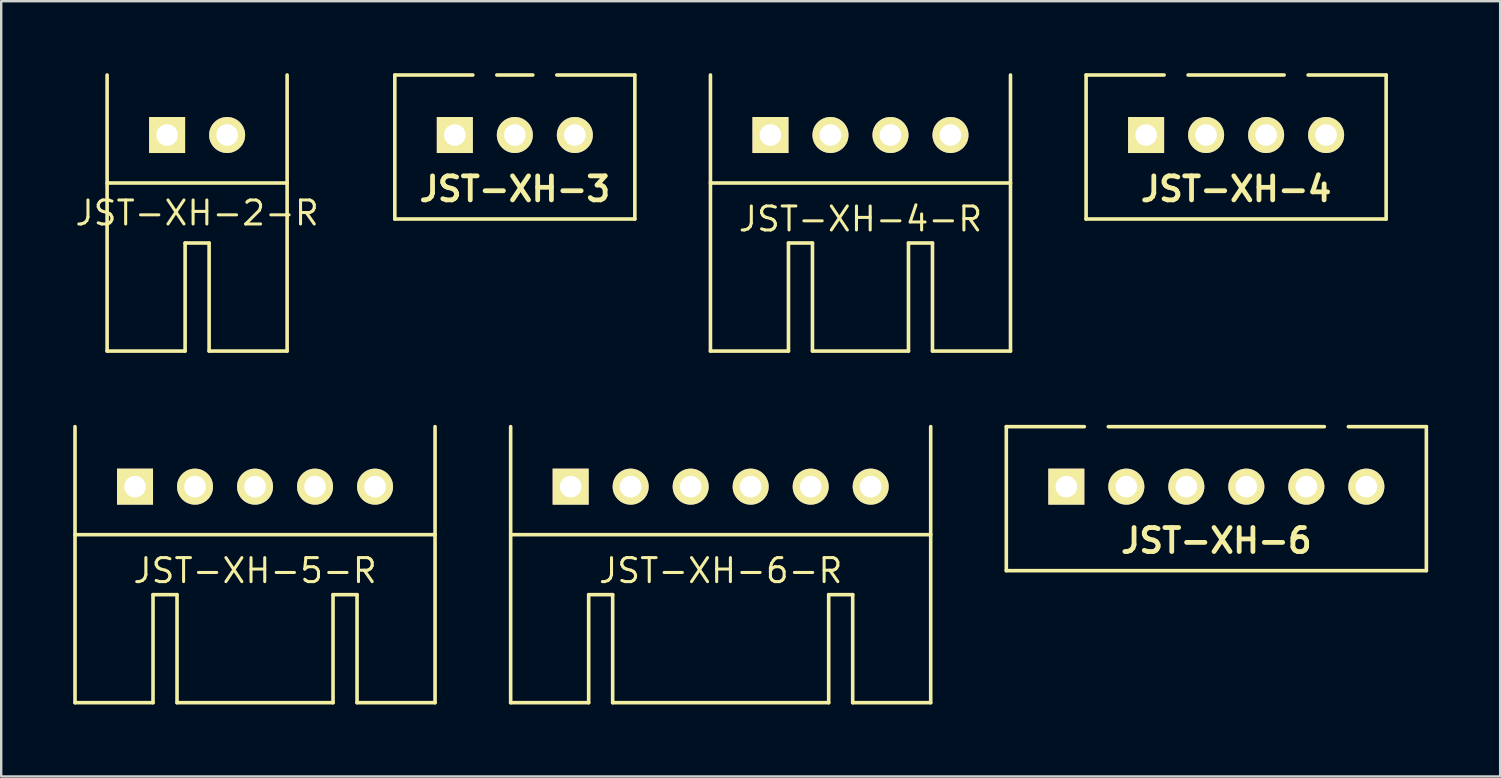
<source format=kicad_pcb>
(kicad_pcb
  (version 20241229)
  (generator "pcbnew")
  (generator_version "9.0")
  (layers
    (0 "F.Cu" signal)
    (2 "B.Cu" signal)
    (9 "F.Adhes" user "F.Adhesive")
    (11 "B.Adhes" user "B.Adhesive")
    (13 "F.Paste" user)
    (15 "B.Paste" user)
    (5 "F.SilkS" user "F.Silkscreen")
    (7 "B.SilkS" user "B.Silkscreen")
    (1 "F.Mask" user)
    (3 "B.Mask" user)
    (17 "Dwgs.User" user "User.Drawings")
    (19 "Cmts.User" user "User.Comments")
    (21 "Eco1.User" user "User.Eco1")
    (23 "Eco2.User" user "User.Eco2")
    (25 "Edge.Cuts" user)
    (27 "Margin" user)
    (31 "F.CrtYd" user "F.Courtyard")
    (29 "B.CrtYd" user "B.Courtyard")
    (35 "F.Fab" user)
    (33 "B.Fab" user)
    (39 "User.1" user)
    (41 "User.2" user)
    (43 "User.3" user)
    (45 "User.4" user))
  (footprint "JST-XH-6-R"
    (layer "F.Cu")
    (at 26.975 17.225)
    (property "Reference" "JST-XH-6-R" (at 0 3.5 0) (layer "F.SilkS") (effects (font (size 1 1) (thickness 0.127))))
    (attr through_hole)
    (fp_line (start -8.75 9) (end -8.75 -2.5) (stroke (width 0.15) (type solid)) (layer "F.SilkS"))
    (fp_line (start -5.5 4.5) (end -5.5 9) (stroke (width 0.15) (type solid)) (layer "F.SilkS"))
    (fp_line (start -5.5 9) (end -8.75 9) (stroke (width 0.15) (type solid)) (layer "F.SilkS"))
    (fp_line (start -4.5 4.5) (end -5.5 4.5) (stroke (width 0.15) (type solid)) (layer "F.SilkS"))
    (fp_line (start -4.5 9) (end -4.5 4.5) (stroke (width 0.15) (type solid)) (layer "F.SilkS"))
    (fp_line (start -4.5 9) (end 4.5 9) (stroke (width 0.15) (type solid)) (layer "F.SilkS"))
    (fp_line (start 4.5 4.5) (end 4.5 9) (stroke (width 0.15) (type solid)) (layer "F.SilkS"))
    (fp_line (start 5.5 4.5) (end 4.5 4.5) (stroke (width 0.15) (type solid)) (layer "F.SilkS"))
    (fp_line (start 5.5 9) (end 5.5 4.5) (stroke (width 0.15) (type solid)) (layer "F.SilkS"))
    (fp_line (start 5.5 9) (end 8.75 9) (stroke (width 0.15) (type solid)) (layer "F.SilkS"))
    (fp_line (start 8.75 2) (end -8.75 2) (stroke (width 0.15) (type solid)) (layer "F.SilkS"))
    (fp_line (start 8.75 9) (end 8.75 -2.5) (stroke (width 0.15) (type solid)) (layer "F.SilkS"))
    (pad "1" thru_hole rect (at -6.25 0) (size 1.5 1.5) (drill 0.9) (layers "*.Cu" "*.Mask" "F.SilkS"))
    (pad "2" thru_hole circle (at -3.75 0) (size 1.5 1.5) (drill 0.9) (layers "*.Cu" "*.Mask" "F.SilkS"))
    (pad "3" thru_hole circle (at -1.25 0) (size 1.5 1.5) (drill 0.9) (layers "*.Cu" "*.Mask" "F.SilkS"))
    (pad "4" thru_hole circle (at 1.25 0) (size 1.5 1.5) (drill 0.9) (layers "*.Cu" "*.Mask" "F.SilkS"))
    (pad "5" thru_hole circle (at 3.75 0) (size 1.5 1.5) (drill 0.9) (layers "*.Cu" "*.Mask" "F.SilkS"))
    (pad "6" thru_hole circle (at 6.25 0) (size 1.5 1.5) (drill 0.9) (layers "*.Cu" "*.Mask" "F.SilkS")))
  (footprint "JST-XH-4-R"
    (layer "F.Cu")
    (at 32.799 2.575)
    (property "Reference" "JST-XH-4-R" (at 0 3.5 0) (layer "F.SilkS") (effects (font (size 1 1) (thickness 0.127))))
    (attr through_hole)
    (fp_line (start -6.25 2) (end 6.25 2) (stroke (width 0.15) (type solid)) (layer "F.SilkS"))
    (fp_line (start -6.25 9) (end -6.25 -2.5) (stroke (width 0.15) (type solid)) (layer "F.SilkS"))
    (fp_line (start -3 4.5) (end -3 9) (stroke (width 0.15) (type solid)) (layer "F.SilkS"))
    (fp_line (start -3 9) (end -6.25 9) (stroke (width 0.15) (type solid)) (layer "F.SilkS"))
    (fp_line (start -2 4.5) (end -3 4.5) (stroke (width 0.15) (type solid)) (layer "F.SilkS"))
    (fp_line (start -2 9) (end -2 4.5) (stroke (width 0.15) (type solid)) (layer "F.SilkS"))
    (fp_line (start -2 9) (end 2 9) (stroke (width 0.15) (type solid)) (layer "F.SilkS"))
    (fp_line (start 2 4.5) (end 2 9) (stroke (width 0.15) (type solid)) (layer "F.SilkS"))
    (fp_line (start 3 4.5) (end 2 4.5) (stroke (width 0.15) (type solid)) (layer "F.SilkS"))
    (fp_line (start 3 9) (end 3 4.5) (stroke (width 0.15) (type solid)) (layer "F.SilkS"))
    (fp_line (start 3 9) (end 6.25 9) (stroke (width 0.15) (type solid)) (layer "F.SilkS"))
    (fp_line (start 6.25 9) (end 6.25 -2.5) (stroke (width 0.15) (type solid)) (layer "F.SilkS"))
    (pad "1" thru_hole rect (at -3.75 0) (size 1.5 1.5) (drill 0.9) (layers "*.Cu" "*.Mask" "F.SilkS"))
    (pad "2" thru_hole circle (at -1.25 0) (size 1.5 1.5) (drill 0.9) (layers "*.Cu" "*.Mask" "F.SilkS"))
    (pad "3" thru_hole circle (at 1.25 0) (size 1.5 1.5) (drill 0.9) (layers "*.Cu" "*.Mask" "F.SilkS"))
    (pad "4" thru_hole circle (at 3.75 0) (size 1.5 1.5) (drill 0.9) (layers "*.Cu" "*.Mask" "F.SilkS")))
  (footprint "JST-XH-5-R"
    (layer "F.Cu")
    (at 7.575 17.225)
    (property "Reference" "JST-XH-5-R" (at 0 3.5 0) (layer "F.SilkS") (effects (font (size 1 1) (thickness 0.127))))
    (attr through_hole)
    (fp_line (start -7.5 2) (end 7.5 2) (stroke (width 0.15) (type solid)) (layer "F.SilkS"))
    (fp_line (start -7.5 9) (end -7.5 -2.5) (stroke (width 0.15) (type solid)) (layer "F.SilkS"))
    (fp_line (start -4.25 4.5) (end -4.25 9) (stroke (width 0.15) (type solid)) (layer "F.SilkS"))
    (fp_line (start -4.25 9) (end -7.5 9) (stroke (width 0.15) (type solid)) (layer "F.SilkS"))
    (fp_line (start -3.25 4.5) (end -4.25 4.5) (stroke (width 0.15) (type solid)) (layer "F.SilkS"))
    (fp_line (start -3.25 9) (end -3.25 4.5) (stroke (width 0.15) (type solid)) (layer "F.SilkS"))
    (fp_line (start -3.25 9) (end 3.25 9) (stroke (width 0.15) (type solid)) (layer "F.SilkS"))
    (fp_line (start 3.25 4.5) (end 3.25 9) (stroke (width 0.15) (type solid)) (layer "F.SilkS"))
    (fp_line (start 4.25 4.5) (end 3.25 4.5) (stroke (width 0.15) (type solid)) (layer "F.SilkS"))
    (fp_line (start 4.25 9) (end 4.25 4.5) (stroke (width 0.15) (type solid)) (layer "F.SilkS"))
    (fp_line (start 4.25 9) (end 7.5 9) (stroke (width 0.15) (type solid)) (layer "F.SilkS"))
    (fp_line (start 7.5 9) (end 7.5 -2.5) (stroke (width 0.15) (type solid)) (layer "F.SilkS"))
    (pad "1" thru_hole rect (at -5 0) (size 1.5 1.5) (drill 0.9) (layers "*.Cu" "*.Mask" "F.SilkS"))
    (pad "2" thru_hole circle (at -2.5 0) (size 1.5 1.5) (drill 0.9) (layers "*.Cu" "*.Mask" "F.SilkS"))
    (pad "3" thru_hole circle (at 0 0) (size 1.5 1.5) (drill 0.9) (layers "*.Cu" "*.Mask" "F.SilkS"))
    (pad "4" thru_hole circle (at 2.5 0) (size 1.5 1.5) (drill 0.9) (layers "*.Cu" "*.Mask" "F.SilkS"))
    (pad "5" thru_hole circle (at 5 0) (size 1.5 1.5) (drill 0.9) (layers "*.Cu" "*.Mask" "F.SilkS")))
  (footprint "JST-XH-4"
    (layer "F.Cu")
    (at 48.449 2.575)
    (property "Reference" "JST-XH-4" (at 0 2.25 0) (layer "F.SilkS") (effects (font (size 1 1) (thickness 0.2))))
    (attr through_hole)
    (fp_line (start -6.25 -2.5) (end -3 -2.5) (stroke (width 0.15) (type solid)) (layer "F.SilkS"))
    (fp_line (start -6.25 3.5) (end -6.25 -2.5) (stroke (width 0.15) (type solid)) (layer "F.SilkS"))
    (fp_line (start 2 -2.5) (end -2 -2.5) (stroke (width 0.15) (type solid)) (layer "F.SilkS"))
    (fp_line (start 6.25 -2.5) (end 3 -2.5) (stroke (width 0.15) (type solid)) (layer "F.SilkS"))
    (fp_line (start 6.25 -2.5) (end 6.25 3.5) (stroke (width 0.15) (type solid)) (layer "F.SilkS"))
    (fp_line (start 6.25 3.5) (end -6.25 3.5) (stroke (width 0.15) (type solid)) (layer "F.SilkS"))
    (pad "1" thru_hole rect (at -3.75 0) (size 1.5 1.5) (drill 0.9) (layers "*.Cu" "*.Mask" "F.SilkS"))
    (pad "2" thru_hole circle (at -1.25 0) (size 1.5 1.5) (drill 0.9) (layers "*.Cu" "*.Mask" "F.SilkS"))
    (pad "3" thru_hole circle (at 1.25 0) (size 1.5 1.5) (drill 0.9) (layers "*.Cu" "*.Mask" "F.SilkS"))
    (pad "4" thru_hole circle (at 3.75 0) (size 1.5 1.5) (drill 0.9) (layers "*.Cu" "*.Mask" "F.SilkS")))
  (footprint "JST-XH-6"
    (layer "F.Cu")
    (at 47.625 17.225)
    (property "Reference" "JST-XH-6" (at 0 2.25 0) (layer "F.SilkS") (effects (font (size 1 1) (thickness 0.2))))
    (attr through_hole)
    (fp_line (start -8.75 -2.5) (end -5.5 -2.5) (stroke (width 0.15) (type solid)) (layer "F.SilkS"))
    (fp_line (start -8.75 3.5) (end -8.75 -2.5) (stroke (width 0.15) (type solid)) (layer "F.SilkS"))
    (fp_line (start 4.5 -2.5) (end -4.5 -2.5) (stroke (width 0.15) (type solid)) (layer "F.SilkS"))
    (fp_line (start 8.75 -2.5) (end 5.5 -2.5) (stroke (width 0.15) (type solid)) (layer "F.SilkS"))
    (fp_line (start 8.75 -2.5) (end 8.75 3.5) (stroke (width 0.15) (type solid)) (layer "F.SilkS"))
    (fp_line (start 8.75 3.5) (end -8.75 3.5) (stroke (width 0.15) (type solid)) (layer "F.SilkS"))
    (pad "1" thru_hole rect (at -6.25 0) (size 1.5 1.5) (drill 0.9) (layers "*.Cu" "*.Mask" "F.SilkS"))
    (pad "2" thru_hole circle (at -3.75 0) (size 1.5 1.5) (drill 0.9) (layers "*.Cu" "*.Mask" "F.SilkS"))
    (pad "3" thru_hole circle (at -1.25 0) (size 1.5 1.5) (drill 0.9) (layers "*.Cu" "*.Mask" "F.SilkS"))
    (pad "4" thru_hole circle (at 1.25 0) (size 1.5 1.5) (drill 0.9) (layers "*.Cu" "*.Mask" "F.SilkS"))
    (pad "5" thru_hole circle (at 3.75 0) (size 1.5 1.5) (drill 0.9) (layers "*.Cu" "*.Mask" "F.SilkS"))
    (pad "6" thru_hole circle (at 6.25 0) (size 1.5 1.5) (drill 0.9) (layers "*.Cu" "*.Mask" "F.SilkS")))
  (footprint "JST-XH-2-R"
    (layer "F.Cu")
    (at 5.162 2.575)
    (property "Reference" "JST-XH-2-R" (at 0 3.25 0) (layer "F.SilkS") (effects (font (size 1 1) (thickness 0.127))))
    (attr through_hole)
    (fp_line (start -3.75 2) (end 3.75 2) (stroke (width 0.15) (type solid)) (layer "F.SilkS"))
    (fp_line (start -3.75 9) (end -3.75 -2.5) (stroke (width 0.15) (type solid)) (layer "F.SilkS"))
    (fp_line (start -3.75 9) (end -0.5 9) (stroke (width 0.15) (type solid)) (layer "F.SilkS"))
    (fp_line (start -0.5 4.5) (end -0.5 9) (stroke (width 0.15) (type solid)) (layer "F.SilkS"))
    (fp_line (start 0.5 4.5) (end -0.5 4.5) (stroke (width 0.15) (type solid)) (layer "F.SilkS"))
    (fp_line (start 0.5 9) (end 0.5 4.5) (stroke (width 0.15) (type solid)) (layer "F.SilkS"))
    (fp_line (start 0.5 9) (end 3.75 9) (stroke (width 0.15) (type solid)) (layer "F.SilkS"))
    (fp_line (start 3.75 9) (end 3.75 -2.5) (stroke (width 0.15) (type solid)) (layer "F.SilkS"))
    (pad "1" thru_hole rect (at -1.25 0) (size 1.5 1.5) (drill 0.9) (layers "*.Cu" "*.Mask" "F.SilkS"))
    (pad "2" thru_hole circle (at 1.25 0) (size 1.5 1.5) (drill 0.9) (layers "*.Cu" "*.Mask" "F.SilkS")))
  (footprint "JST-XH-3"
    (layer "F.Cu")
    (at 18.399 2.575)
    (property "Reference" "JST-XH-3" (at 0 2.25 0) (layer "F.SilkS") (effects (font (size 1 1) (thickness 0.2))))
    (attr through_hole)
    (fp_line (start -5 -2.5) (end -1.75 -2.5) (stroke (width 0.15) (type solid)) (layer "F.SilkS"))
    (fp_line (start -5 3.5) (end -5 -2.5) (stroke (width 0.15) (type solid)) (layer "F.SilkS"))
    (fp_line (start 0.75 -2.5) (end -0.75 -2.5) (stroke (width 0.15) (type solid)) (layer "F.SilkS"))
    (fp_line (start 5 -2.5) (end 1.75 -2.5) (stroke (width 0.15) (type solid)) (layer "F.SilkS"))
    (fp_line (start 5 -2.5) (end 5 3.5) (stroke (width 0.15) (type solid)) (layer "F.SilkS"))
    (fp_line (start 5 3.5) (end -5 3.5) (stroke (width 0.15) (type solid)) (layer "F.SilkS"))
    (pad "1" thru_hole rect (at -2.5 0) (size 1.5 1.5) (drill 0.9) (layers "*.Cu" "*.Mask" "F.SilkS"))
    (pad "2" thru_hole circle (at 0 0) (size 1.5 1.5) (drill 0.9) (layers "*.Cu" "*.Mask" "F.SilkS"))
    (pad "3" thru_hole circle (at 2.5 0) (size 1.5 1.5) (drill 0.9) (layers "*.Cu" "*.Mask" "F.SilkS")))
  (gr_rect
    (start -3 -3)
    (end 59.45 29.3)
    (stroke (width 0.1) (type default))
    (fill no)
    (layer "Edge.Cuts")))
</source>
